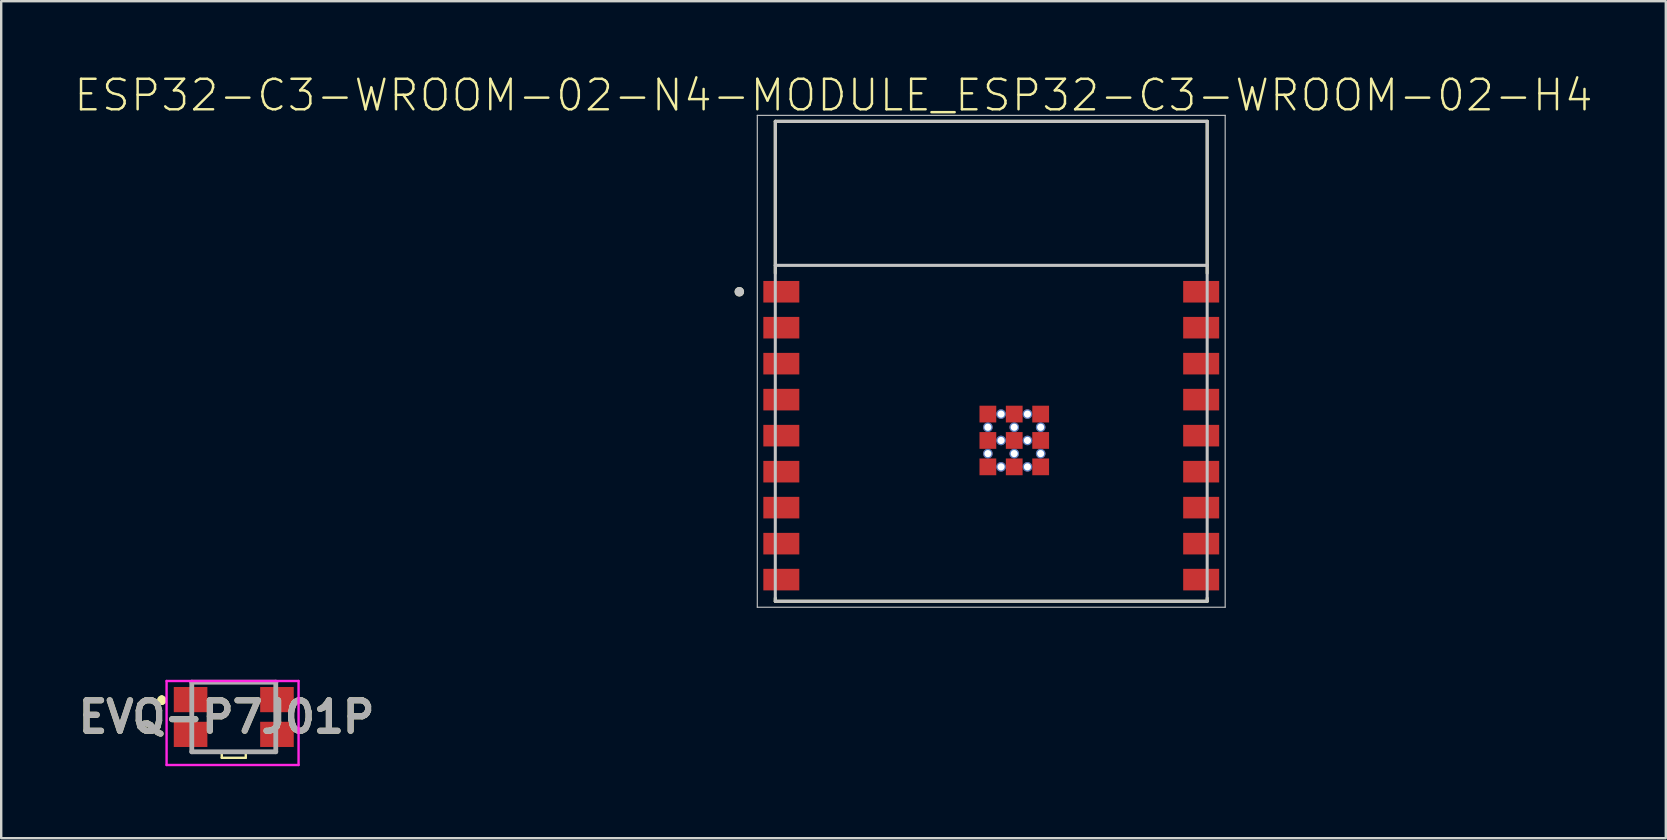
<source format=kicad_pcb>
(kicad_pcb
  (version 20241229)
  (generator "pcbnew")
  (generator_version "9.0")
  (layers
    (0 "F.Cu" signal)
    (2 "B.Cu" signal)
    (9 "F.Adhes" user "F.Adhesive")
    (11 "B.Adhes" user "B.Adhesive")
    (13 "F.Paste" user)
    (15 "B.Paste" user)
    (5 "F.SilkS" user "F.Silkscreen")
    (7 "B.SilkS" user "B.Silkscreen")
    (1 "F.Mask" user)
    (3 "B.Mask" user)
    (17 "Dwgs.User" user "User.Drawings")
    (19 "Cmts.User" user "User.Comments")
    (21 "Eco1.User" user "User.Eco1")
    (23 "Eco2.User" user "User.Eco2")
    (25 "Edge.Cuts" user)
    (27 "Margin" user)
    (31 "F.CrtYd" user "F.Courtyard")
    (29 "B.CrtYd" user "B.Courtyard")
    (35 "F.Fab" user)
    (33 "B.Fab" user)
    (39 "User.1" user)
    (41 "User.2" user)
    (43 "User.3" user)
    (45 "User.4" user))
  (footprint "EVQ-P7J01P"
    (layer "F.Cu")
    (at 6.392 26.829)
    (property "Reference" "EVQ-P7J01P" (at 0 0 0) (layer "F.SilkS") (effects (font (size 1.27 1.27) (thickness 0.254))))
    (attr smd)
    (fp_line (start -2.7 -0.8) (end -2.7 -0.8) (stroke (width 0.2) (type solid)) (layer "F.SilkS"))
    (fp_line (start -2.7 -0.6) (end -2.7 -0.6) (stroke (width 0.2) (type solid)) (layer "F.SilkS"))
    (fp_line (start -1.45 -1.45) (end 2.1 -1.45) (stroke (width 0.1) (type solid)) (layer "F.SilkS"))
    (fp_line (start -1.45 1.45) (end 2.05 1.45) (stroke (width 0.1) (type solid)) (layer "F.SilkS"))
    (fp_line (start -0.2 1.5) (end -0.2 1.7) (stroke (width 0.1) (type default)) (layer "F.SilkS"))
    (fp_line (start -0.2 1.7) (end 0.8 1.7) (stroke (width 0.1) (type default)) (layer "F.SilkS"))
    (fp_line (start 0.8 1.7) (end 0.8 1.5) (stroke (width 0.1) (type default)) (layer "F.SilkS"))
    (fp_arc (start -2.7 -0.8) (mid -2.6 -0.7) (end -2.7 -0.6) (stroke (width 0.2) (type solid)) (layer "F.SilkS"))
    (fp_arc (start -2.7 -0.6) (mid -2.8 -0.7) (end -2.7 -0.8) (stroke (width 0.2) (type solid)) (layer "F.SilkS"))
    (fp_line (start -2.5 -1.5) (end 3 -1.5) (stroke (width 0.1) (type solid)) (layer "F.CrtYd"))
    (fp_line (start -2.5 2) (end -2.5 -1.5) (stroke (width 0.1) (type solid)) (layer "F.CrtYd"))
    (fp_line (start 3 -1.5) (end 3 2) (stroke (width 0.1) (type solid)) (layer "F.CrtYd"))
    (fp_line (start 3 2) (end -2.5 2) (stroke (width 0.1) (type solid)) (layer "F.CrtYd"))
    (fp_line (start -1.45 -1.45) (end 2.05 -1.45) (stroke (width 0.2) (type solid)) (layer "F.Fab"))
    (fp_line (start -1.45 1.45) (end -1.45 -1.45) (stroke (width 0.2) (type solid)) (layer "F.Fab"))
    (fp_line (start 2.05 -1.45) (end 2.05 1.45) (stroke (width 0.2) (type solid)) (layer "F.Fab"))
    (fp_line (start 2.05 1.45) (end -1.45 1.45) (stroke (width 0.2) (type solid)) (layer "F.Fab"))
    (fp_text user "${REFERENCE}" (at 0 0 0) (layer "F.Fab") (effects (font (size 1.27 1.27) (thickness 0.254))))
    (pad "1" smd rect (at -1.5 -0.725 90) (size 1.05 1.4) (layers "F.Cu" "F.Mask" "F.Paste"))
    (pad "2" smd rect (at 2.1 -0.725 90) (size 1.05 1.4) (layers "F.Cu" "F.Mask" "F.Paste"))
    (pad "3" smd rect (at -1.5 0.725 90) (size 1.05 1.4) (layers "F.Cu" "F.Mask" "F.Paste"))
    (pad "4" smd rect (at 2.1 0.725 90) (size 1.05 1.4) (layers "F.Cu" "F.Mask" "F.Paste")))
  (footprint "ESP32-C3-WROOM-02-N4-MODULE_ESP32-C3-WROOM-02-H4"
    (layer "F.Cu")
    (at 38.258 12.006)
    (property "Reference" "ESP32-C3-WROOM-02-N4-MODULE_ESP32-C3-WROOM-02-H4" (at -6.574 -11.085 0) (layer "F.SilkS") (effects (font (size 1.27 1.27) (thickness 0.102))))
    (attr smd)
    (fp_line (start -8.999 -10) (end -8.999 -3.668) (stroke (width 0.127) (type solid)) (layer "F.SilkS"))
    (fp_line (start -8.999 -10) (end 8.999 -10) (stroke (width 0.066) (type solid)) (layer "F.SilkS"))
    (fp_line (start -8.999 -10) (end 8.999 -10) (stroke (width 0.066) (type solid)) (layer "F.SilkS"))
    (fp_line (start -8.999 -3.998) (end -8.999 -10) (stroke (width 0.066) (type solid)) (layer "F.SilkS"))
    (fp_line (start -8.999 -3.998) (end -8.999 -10) (stroke (width 0.066) (type solid)) (layer "F.SilkS"))
    (fp_line (start -8.999 -3.998) (end 8.999 -3.998) (stroke (width 0.066) (type solid)) (layer "F.SilkS"))
    (fp_line (start -8.999 -3.998) (end 8.999 -3.998) (stroke (width 0.066) (type solid)) (layer "F.SilkS"))
    (fp_line (start -8.999 10) (end -8.999 9.868) (stroke (width 0.127) (type solid)) (layer "F.SilkS"))
    (fp_line (start -8.999 10) (end 8.999 10) (stroke (width 0.127) (type solid)) (layer "F.SilkS"))
    (fp_line (start 8.999 -10) (end -8.999 -10) (stroke (width 0.127) (type solid)) (layer "F.SilkS"))
    (fp_line (start 8.999 -3.998) (end 8.999 -10) (stroke (width 0.066) (type solid)) (layer "F.SilkS"))
    (fp_line (start 8.999 -3.998) (end 8.999 -10) (stroke (width 0.066) (type solid)) (layer "F.SilkS"))
    (fp_line (start 8.999 -3.668) (end 8.999 -10) (stroke (width 0.127) (type solid)) (layer "F.SilkS"))
    (fp_line (start 8.999 10) (end 8.999 9.868) (stroke (width 0.127) (type solid)) (layer "F.SilkS"))
    (fp_circle (center -10.498 -2.898) (end -10.498 -2.997) (stroke (width 0.198) (type solid)) (fill no) (layer "F.SilkS"))
    (fp_line (start -9.749 -10.249) (end -9.749 10.249) (stroke (width 0.048) (type solid)) (layer "Dwgs.User"))
    (fp_line (start -9.749 10.249) (end 9.749 10.249) (stroke (width 0.048) (type solid)) (layer "Dwgs.User"))
    (fp_line (start -8.999 -10) (end -8.999 -3.998) (stroke (width 0.127) (type solid)) (layer "Dwgs.User"))
    (fp_line (start -8.999 -10) (end 8.999 -10) (stroke (width 0.066) (type solid)) (layer "Dwgs.User"))
    (fp_line (start -8.999 -3.998) (end -8.999 -10) (stroke (width 0.066) (type solid)) (layer "Dwgs.User"))
    (fp_line (start -8.999 -3.998) (end -8.999 10) (stroke (width 0.127) (type solid)) (layer "Dwgs.User"))
    (fp_line (start -8.999 -3.998) (end 8.999 -3.998) (stroke (width 0.066) (type solid)) (layer "Dwgs.User"))
    (fp_line (start -8.999 10) (end 8.999 10) (stroke (width 0.127) (type solid)) (layer "Dwgs.User"))
    (fp_line (start 8.999 -10) (end -8.999 -10) (stroke (width 0.127) (type solid)) (layer "Dwgs.User"))
    (fp_line (start 8.999 -3.998) (end -8.999 -3.998) (stroke (width 0.127) (type solid)) (layer "Dwgs.User"))
    (fp_line (start 8.999 -3.998) (end 8.999 -10) (stroke (width 0.066) (type solid)) (layer "Dwgs.User"))
    (fp_line (start 8.999 -3.998) (end 8.999 -10) (stroke (width 0.127) (type solid)) (layer "Dwgs.User"))
    (fp_line (start 8.999 10) (end 8.999 -3.998) (stroke (width 0.127) (type solid)) (layer "Dwgs.User"))
    (fp_line (start 9.749 -10.249) (end -9.749 -10.249) (stroke (width 0.048) (type solid)) (layer "Dwgs.User"))
    (fp_line (start 9.749 10.249) (end 9.749 -10.249) (stroke (width 0.048) (type solid)) (layer "Dwgs.User"))
    (fp_circle (center -10.498 -2.898) (end -10.498 -2.997) (stroke (width 0.198) (type solid)) (fill no) (layer "Dwgs.User"))
    (pad "1" smd rect (at -8.748 -2.898) (size 1.499 0.899) (layers "F.Cu" "F.Mask" "F.Paste"))
    (pad "2" smd rect (at -8.748 -1.4) (size 1.499 0.899) (layers "F.Cu" "F.Mask" "F.Paste"))
    (pad "3" smd rect (at -8.748 0.099) (size 1.499 0.899) (layers "F.Cu" "F.Mask" "F.Paste"))
    (pad "4" smd rect (at -8.748 1.598) (size 1.499 0.899) (layers "F.Cu" "F.Mask" "F.Paste"))
    (pad "5" smd rect (at -8.748 3.099) (size 1.499 0.899) (layers "F.Cu" "F.Mask" "F.Paste"))
    (pad "6" smd rect (at -8.748 4.6) (size 1.499 0.899) (layers "F.Cu" "F.Mask" "F.Paste"))
    (pad "7" smd rect (at -8.748 6.099) (size 1.499 0.899) (layers "F.Cu" "F.Mask" "F.Paste"))
    (pad "8" smd rect (at -8.748 7.6) (size 1.499 0.899) (layers "F.Cu" "F.Mask" "F.Paste"))
    (pad "9" smd rect (at -8.748 9.098) (size 1.499 0.899) (layers "F.Cu" "F.Mask" "F.Paste"))
    (pad "10" smd rect (at 8.748 9.098) (size 1.499 0.899) (layers "F.Cu" "F.Mask" "F.Paste"))
    (pad "11" smd rect (at 8.748 7.6) (size 1.499 0.899) (layers "F.Cu" "F.Mask" "F.Paste"))
    (pad "12" smd rect (at 8.748 6.099) (size 1.499 0.899) (layers "F.Cu" "F.Mask" "F.Paste"))
    (pad "13" smd rect (at 8.748 4.6) (size 1.499 0.899) (layers "F.Cu" "F.Mask" "F.Paste"))
    (pad "14" smd rect (at 8.748 3.099) (size 1.499 0.899) (layers "F.Cu" "F.Mask" "F.Paste"))
    (pad "15" smd rect (at 8.748 1.598) (size 1.499 0.899) (layers "F.Cu" "F.Mask" "F.Paste"))
    (pad "16" smd rect (at 8.748 0.099) (size 1.499 0.899) (layers "F.Cu" "F.Mask" "F.Paste"))
    (pad "17" smd rect (at 8.748 -1.4) (size 1.499 0.899) (layers "F.Cu" "F.Mask" "F.Paste"))
    (pad "18" smd rect (at 8.748 -2.898) (size 1.499 0.899) (layers "F.Cu" "F.Mask" "F.Paste"))
    (pad "19" smd rect (at -0.14 2.2) (size 0.699 0.699) (layers "F.Cu" "F.Mask" "F.Paste"))
    (pad "20" smd rect (at 0.958 2.2) (size 0.699 0.699) (layers "F.Cu" "F.Mask" "F.Paste"))
    (pad "21" smd rect (at 2.06 2.2) (size 0.699 0.699) (layers "F.Cu" "F.Mask" "F.Paste"))
    (pad "22" smd rect (at -0.14 3.299) (size 0.699 0.699) (layers "F.Cu" "F.Mask" "F.Paste"))
    (pad "23" smd rect (at 0.958 3.299) (size 0.699 0.699) (layers "F.Cu" "F.Mask" "F.Paste"))
    (pad "24" smd rect (at 2.06 3.299) (size 0.699 0.699) (layers "F.Cu" "F.Mask" "F.Paste"))
    (pad "25" smd rect (at -0.14 4.399) (size 0.699 0.699) (layers "F.Cu" "F.Mask" "F.Paste"))
    (pad "26" smd rect (at 0.958 4.399) (size 0.699 0.699) (layers "F.Cu" "F.Mask" "F.Paste"))
    (pad "27" smd rect (at 2.06 4.399) (size 0.699 0.699) (layers "F.Cu" "F.Mask" "F.Paste"))
    (pad "28" thru_hole circle (at 0.409 2.2) (size 0.399 0.399) (drill 0.3) (layers "*.Cu" "*.Paste" "*.Mask"))
    (pad "29" thru_hole circle (at 1.509 2.2) (size 0.399 0.399) (drill 0.3) (layers "*.Cu" "*.Paste" "*.Mask"))
    (pad "30" thru_hole circle (at -0.14 2.748) (size 0.399 0.399) (drill 0.3) (layers "*.Cu" "*.Paste" "*.Mask"))
    (pad "31" thru_hole circle (at 0.958 2.748) (size 0.399 0.399) (drill 0.3) (layers "*.Cu" "*.Paste" "*.Mask"))
    (pad "32" thru_hole circle (at 2.06 2.748) (size 0.399 0.399) (drill 0.3) (layers "*.Cu" "*.Paste" "*.Mask"))
    (pad "33" thru_hole circle (at 0.409 3.299) (size 0.399 0.399) (drill 0.3) (layers "*.Cu" "*.Paste" "*.Mask"))
    (pad "34" thru_hole circle (at 1.509 3.299) (size 0.399 0.399) (drill 0.3) (layers "*.Cu" "*.Paste" "*.Mask"))
    (pad "35" thru_hole circle (at -0.14 3.848) (size 0.399 0.399) (drill 0.3) (layers "*.Cu" "*.Paste" "*.Mask"))
    (pad "36" thru_hole circle (at 0.958 3.848) (size 0.399 0.399) (drill 0.3) (layers "*.Cu" "*.Paste" "*.Mask"))
    (pad "37" thru_hole circle (at 2.06 3.848) (size 0.399 0.399) (drill 0.3) (layers "*.Cu" "*.Paste" "*.Mask"))
    (pad "38" thru_hole circle (at 0.409 4.399) (size 0.399 0.399) (drill 0.3) (layers "*.Cu" "*.Paste" "*.Mask"))
    (pad "39" thru_hole circle (at 1.509 4.399) (size 0.399 0.399) (drill 0.3) (layers "*.Cu" "*.Paste" "*.Mask")))
  (gr_rect
    (start -3 -3)
    (end 66.369 31.879)
    (stroke (width 0.1) (type default))
    (fill no)
    (layer "Edge.Cuts")))
</source>
